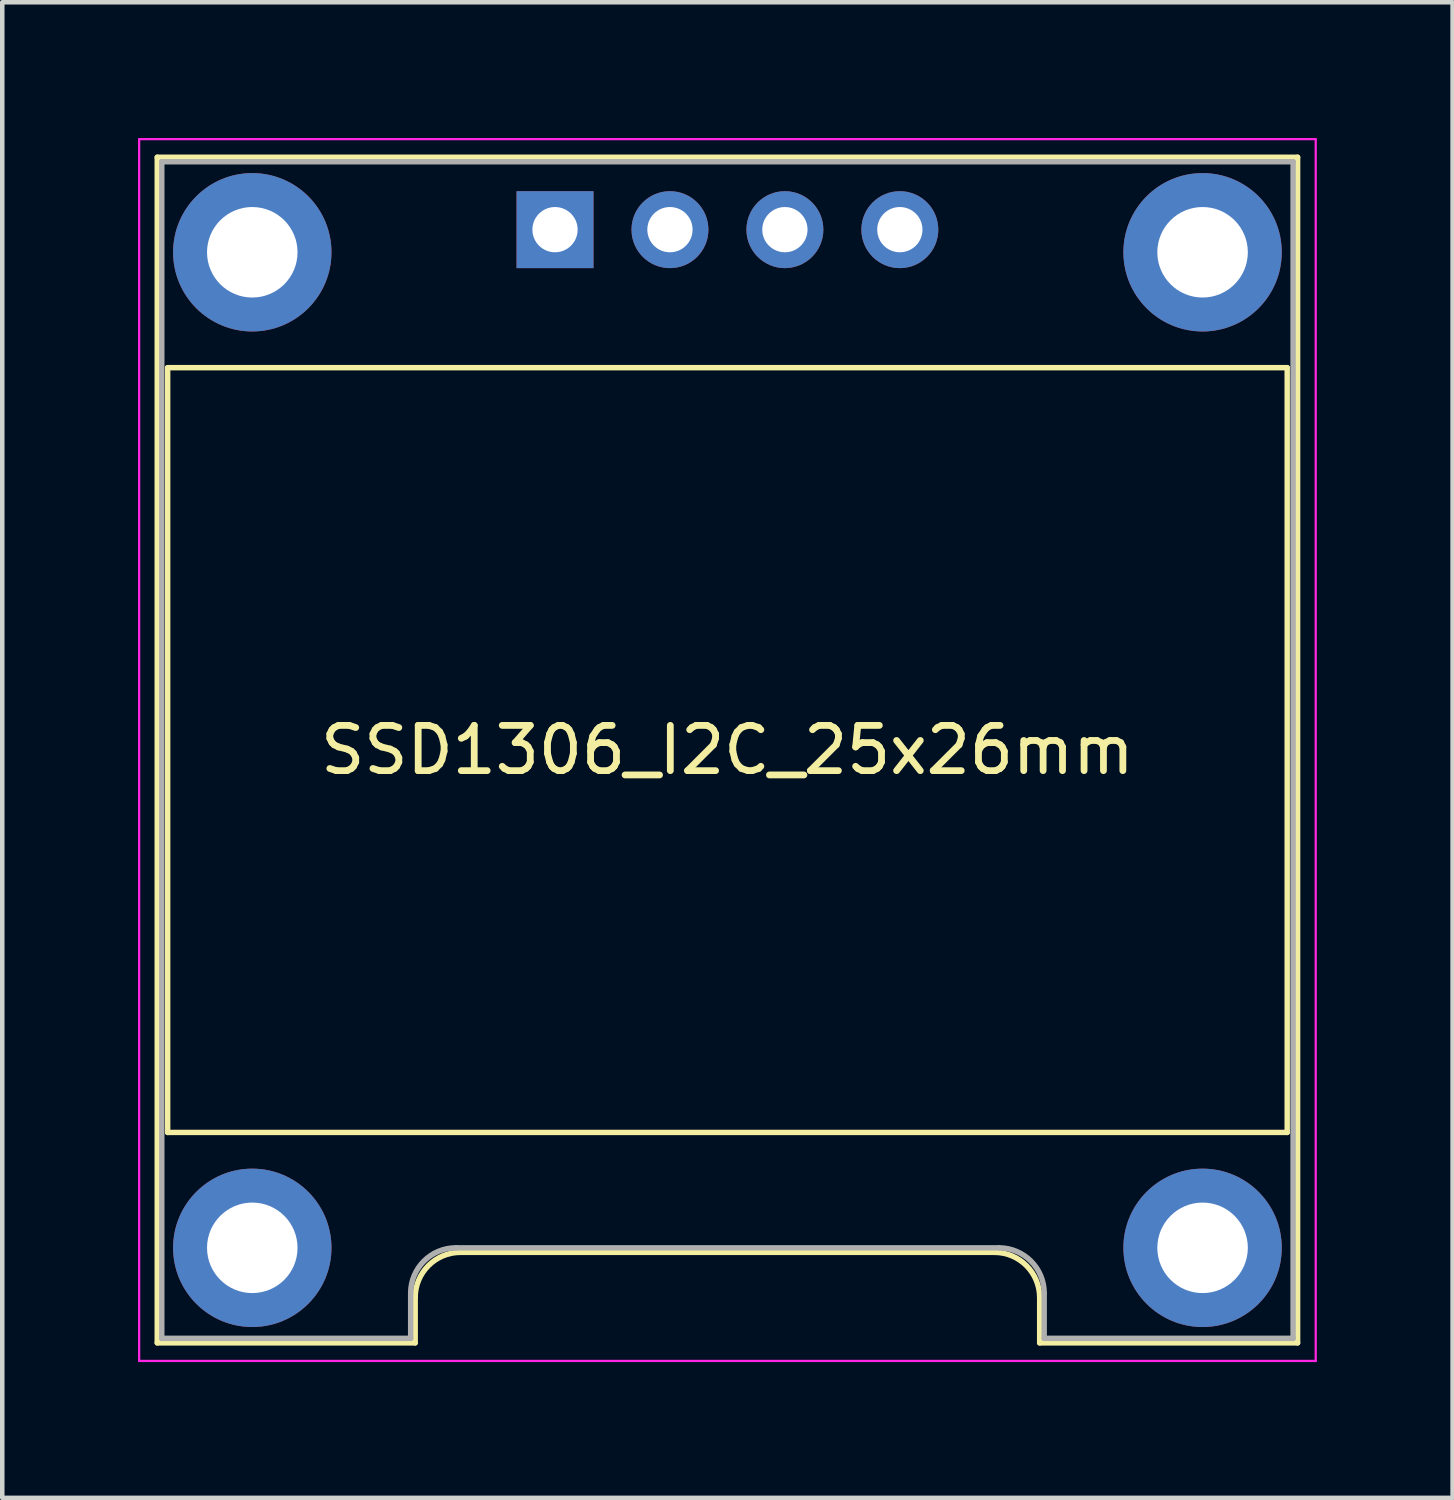
<source format=kicad_pcb>
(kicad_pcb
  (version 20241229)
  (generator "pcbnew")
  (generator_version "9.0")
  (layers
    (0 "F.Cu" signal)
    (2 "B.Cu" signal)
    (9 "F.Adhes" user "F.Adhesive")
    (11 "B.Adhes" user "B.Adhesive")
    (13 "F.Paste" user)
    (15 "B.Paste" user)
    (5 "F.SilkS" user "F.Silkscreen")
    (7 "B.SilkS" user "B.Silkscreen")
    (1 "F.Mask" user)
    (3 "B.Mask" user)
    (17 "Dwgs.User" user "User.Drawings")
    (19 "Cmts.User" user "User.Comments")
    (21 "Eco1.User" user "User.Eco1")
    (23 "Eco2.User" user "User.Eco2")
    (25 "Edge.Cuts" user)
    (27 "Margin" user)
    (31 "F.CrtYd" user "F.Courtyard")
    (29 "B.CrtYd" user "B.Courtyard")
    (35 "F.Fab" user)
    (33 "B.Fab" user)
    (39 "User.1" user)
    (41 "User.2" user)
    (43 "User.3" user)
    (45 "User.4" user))
  (footprint "SSD1306_I2C_25x26mm"
    (layer "F.Cu")
    (at 13.025 13.525)
    (property "Reference" "SSD1306_I2C_25x26mm" (at 0 0 0) (layer "F.SilkS") (effects (font (size 1 1) (thickness 0.15))))
    (attr through_hole)
    (fp_line (start -12.6 -13.1) (end -12.6 13.1) (stroke (width 0.12) (type solid)) (layer "F.SilkS"))
    (fp_line (start -12.6 -13.1) (end 12.6 -13.1) (stroke (width 0.12) (type solid)) (layer "F.SilkS"))
    (fp_line (start -12.6 13.1) (end -6.9 13.1) (stroke (width 0.12) (type solid)) (layer "F.SilkS"))
    (fp_line (start -12.37 -8.45) (end -12.37 8.45) (stroke (width 0.12) (type solid)) (layer "F.SilkS"))
    (fp_line (start -12.37 8.45) (end 12.37 8.45) (stroke (width 0.12) (type solid)) (layer "F.SilkS"))
    (fp_line (start -6.9 13.1) (end -6.9 12.1) (stroke (width 0.12) (type solid)) (layer "F.SilkS"))
    (fp_line (start 5.9 11.1) (end -5.9 11.1) (stroke (width 0.12) (type solid)) (layer "F.SilkS"))
    (fp_line (start 6.9 13.1) (end 6.9 12.1) (stroke (width 0.12) (type solid)) (layer "F.SilkS"))
    (fp_line (start 12.37 -8.45) (end -12.37 -8.45) (stroke (width 0.12) (type solid)) (layer "F.SilkS"))
    (fp_line (start 12.37 8.45) (end 12.37 -8.45) (stroke (width 0.12) (type solid)) (layer "F.SilkS"))
    (fp_line (start 12.6 -13.1) (end 12.6 13.1) (stroke (width 0.12) (type solid)) (layer "F.SilkS"))
    (fp_line (start 12.6 13.1) (end 6.9 13.1) (stroke (width 0.12) (type solid)) (layer "F.SilkS"))
    (fp_arc (start -6.9 12.1) (mid -6.607107 11.392893) (end -5.9 11.1) (stroke (width 0.12) (type solid)) (layer "F.SilkS"))
    (fp_arc (start 5.9 11.1) (mid 6.607107 11.392893) (end 6.9 12.1) (stroke (width 0.12) (type solid)) (layer "F.SilkS"))
    (fp_line (start -13 -13.5) (end 13 -13.5) (stroke (width 0.05) (type solid)) (layer "F.CrtYd"))
    (fp_line (start -13 13.5) (end -13 -13.5) (stroke (width 0.05) (type solid)) (layer "F.CrtYd"))
    (fp_line (start -13 13.5) (end 13 13.5) (stroke (width 0.05) (type solid)) (layer "F.CrtYd"))
    (fp_line (start 13 -13.5) (end 13 13.5) (stroke (width 0.05) (type solid)) (layer "F.CrtYd"))
    (fp_line (start -12.5 -13) (end -12.5 13) (stroke (width 0.12) (type solid)) (layer "F.Fab"))
    (fp_line (start -12.5 -13) (end 12.5 -13) (stroke (width 0.12) (type solid)) (layer "F.Fab"))
    (fp_line (start -12.5 13) (end -7 13) (stroke (width 0.12) (type solid)) (layer "F.Fab"))
    (fp_line (start -7 12) (end -7 13) (stroke (width 0.12) (type solid)) (layer "F.Fab"))
    (fp_line (start 6 11) (end -6 11) (stroke (width 0.12) (type solid)) (layer "F.Fab"))
    (fp_line (start 7 13) (end 7 12) (stroke (width 0.12) (type solid)) (layer "F.Fab"))
    (fp_line (start 12.5 -13) (end 12.5 13) (stroke (width 0.12) (type solid)) (layer "F.Fab"))
    (fp_line (start 12.5 13) (end 7 13) (stroke (width 0.12) (type solid)) (layer "F.Fab"))
    (fp_arc (start -7 12) (mid -6.707107 11.292893) (end -6 11) (stroke (width 0.12) (type solid)) (layer "F.Fab"))
    (fp_arc (start 6 11) (mid 6.707107 11.292893) (end 7 12) (stroke (width 0.12) (type solid)) (layer "F.Fab"))
    (pad "" thru_hole circle (at -10.5 -11) (size 3.5 3.5) (drill 2) (layers "*.Cu" "*.Mask"))
    (pad "" thru_hole circle (at -10.5 11) (size 3.5 3.5) (drill 2) (layers "*.Cu" "*.Mask"))
    (pad "" thru_hole circle (at 10.5 -11) (size 3.5 3.5) (drill 2) (layers "*.Cu" "*.Mask"))
    (pad "" thru_hole circle (at 10.5 11) (size 3.5 3.5) (drill 2) (layers "*.Cu" "*.Mask"))
    (pad "1" thru_hole rect (at -3.81 -11.5 90) (size 1.7 1.7) (drill 1) (layers "*.Cu" "*.Mask"))
    (pad "2" thru_hole circle (at -1.27 -11.5 90) (size 1.7 1.7) (drill 1) (layers "*.Cu" "*.Mask"))
    (pad "3" thru_hole circle (at 1.27 -11.5 90) (size 1.7 1.7) (drill 1) (layers "*.Cu" "*.Mask"))
    (pad "4" thru_hole circle (at 3.81 -11.5 90) (size 1.7 1.7) (drill 1) (layers "*.Cu" "*.Mask")))
  (gr_rect
    (start -3 -3)
    (end 29.05 30.05)
    (stroke (width 0.1) (type default))
    (fill no)
    (layer "Edge.Cuts")))
</source>
